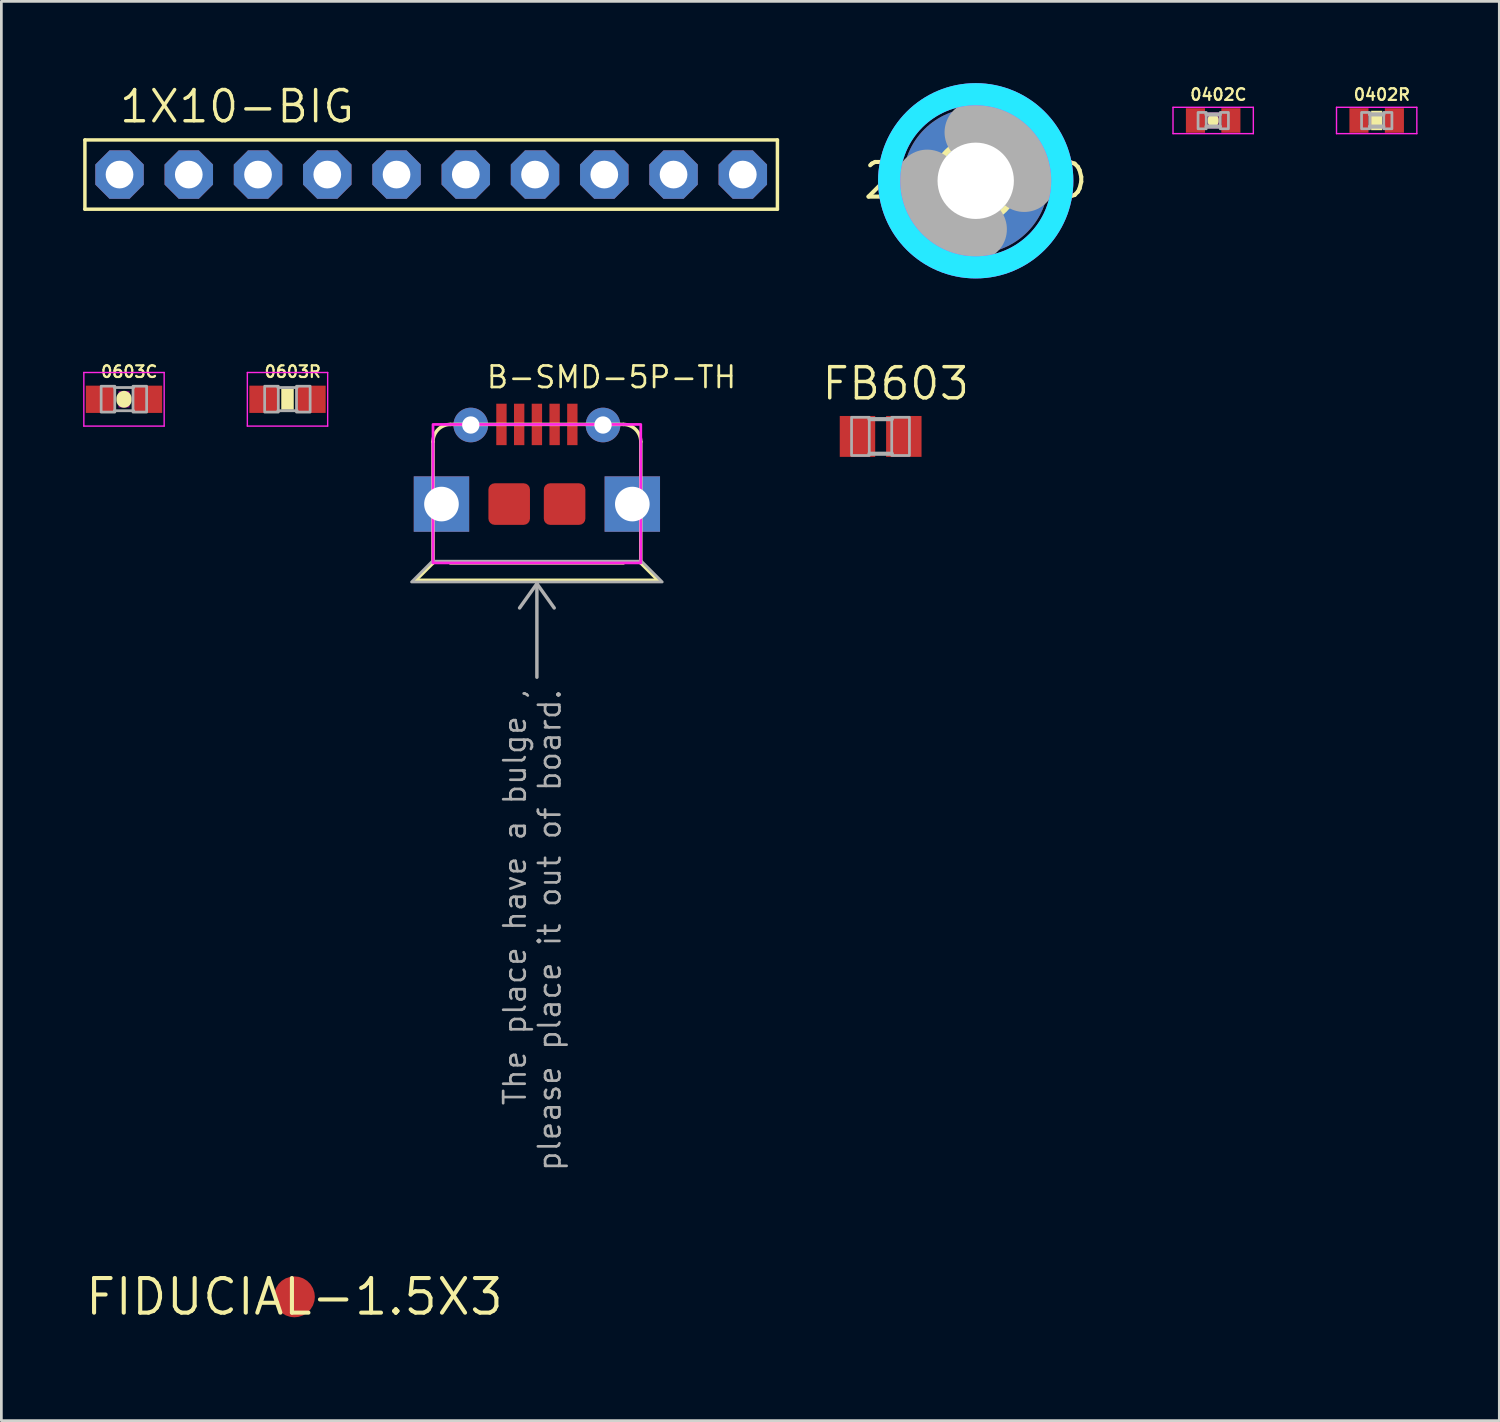
<source format=kicad_pcb>
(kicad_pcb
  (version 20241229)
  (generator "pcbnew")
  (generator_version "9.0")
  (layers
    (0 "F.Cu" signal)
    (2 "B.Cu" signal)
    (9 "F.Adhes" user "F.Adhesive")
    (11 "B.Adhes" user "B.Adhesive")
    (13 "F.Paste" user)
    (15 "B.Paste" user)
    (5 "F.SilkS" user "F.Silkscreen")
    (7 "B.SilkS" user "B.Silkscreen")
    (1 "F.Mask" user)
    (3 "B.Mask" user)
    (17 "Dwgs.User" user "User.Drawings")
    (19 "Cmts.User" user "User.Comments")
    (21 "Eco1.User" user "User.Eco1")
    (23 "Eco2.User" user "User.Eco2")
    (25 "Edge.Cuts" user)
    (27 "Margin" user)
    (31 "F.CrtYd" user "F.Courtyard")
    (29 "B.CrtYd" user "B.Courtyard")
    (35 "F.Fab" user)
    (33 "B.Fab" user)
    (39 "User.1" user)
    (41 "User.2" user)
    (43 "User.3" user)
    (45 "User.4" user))
  (footprint "0603C"
    (layer "F.Cu")
    (at 1.498 11.595)
    (property "Reference" "0603C" (at -0.889 -0.762 0) (layer "F.SilkS") (effects (font (size 0.427 0.427) (thickness 0.081)) (justify left bottom)))
    (fp_line (start 0 -0.03) (end 0 0.03) (stroke (width 0.559) (type solid)) (layer "F.SilkS"))
    (fp_poly (pts (xy -0.2 0.3) (xy 0.2 0.3) (xy 0.2 -0.3) (xy -0.2 -0.3)) (stroke (width 0) (type default)) (fill yes) (layer "F.Adhes"))
    (fp_line (start -1.473 -0.983) (end 1.473 -0.983) (stroke (width 0.051) (type solid)) (layer "F.CrtYd"))
    (fp_line (start -1.473 0.983) (end -1.473 -0.983) (stroke (width 0.051) (type solid)) (layer "F.CrtYd"))
    (fp_line (start 1.473 -0.983) (end 1.473 0.983) (stroke (width 0.051) (type solid)) (layer "F.CrtYd"))
    (fp_line (start 1.473 0.983) (end -1.473 0.983) (stroke (width 0.051) (type solid)) (layer "F.CrtYd"))
    (fp_line (start -0.356 -0.432) (end 0.356 -0.432) (stroke (width 0.102) (type solid)) (layer "F.Fab"))
    (fp_line (start -0.356 0.419) (end 0.356 0.419) (stroke (width 0.102) (type solid)) (layer "F.Fab"))
    (fp_poly (pts (xy -0.838 0.47) (xy -0.338 0.47) (xy -0.338 -0.48) (xy -0.838 -0.48)) (stroke (width 0.1) (type default)) (fill no) (layer "F.Fab"))
    (fp_poly (pts (xy 0.33 0.47) (xy 0.83 0.47) (xy 0.83 -0.48) (xy 0.33 -0.48)) (stroke (width 0.1) (type default)) (fill no) (layer "F.Fab"))
    (pad "1" smd rect (at -0.85 0) (size 1.1 1) (layers "F.Cu" "F.Mask" "F.Paste"))
    (pad "2" smd rect (at 0.85 0) (size 1.1 1) (layers "F.Cu" "F.Mask" "F.Paste")))
  (footprint "FIDUCIAL-1.5X3"
    (layer "F.Cu")
    (at 7.748 44.515)
    (property "Reference" "FIDUCIAL-1.5X3" (at 0 0 0) (layer "F.SilkS") (effects (font (size 1.27 1.27) (thickness 0.15))))
    (fp_circle (center 0 0) (end 0.905 0) (stroke (width 1.27) (type solid)) (fill no) (layer "F.Mask"))
    (pad "1" smd roundrect (at 0 0) (size 1.5 1.5) (layers "F.Cu" "F.Mask") (roundrect_rratio 0.5)))
  (footprint "1X10-BIG"
    (layer "F.Cu")
    (at 12.764 3.353)
    (property "Reference" "1X10-BIG" (at -11.506 -1.829 0) (layer "F.SilkS") (effects (font (size 1.143 1.143) (thickness 0.127)) (justify left bottom)))
    (fp_line (start -12.7 -1.27) (end 12.7 -1.27) (stroke (width 0.127) (type solid)) (layer "F.SilkS"))
    (fp_line (start -12.7 1.27) (end -12.7 -1.27) (stroke (width 0.127) (type solid)) (layer "F.SilkS"))
    (fp_line (start 12.7 -1.27) (end 12.7 1.27) (stroke (width 0.127) (type solid)) (layer "F.SilkS"))
    (fp_line (start 12.7 1.27) (end -12.7 1.27) (stroke (width 0.127) (type solid)) (layer "F.SilkS"))
    (fp_poly (pts (xy -11.684 0.254) (xy -11.176 0.254) (xy -11.176 -0.254) (xy -11.684 -0.254)) (stroke (width 0.1) (type default)) (fill no) (layer "F.Fab"))
    (fp_poly (pts (xy -9.144 0.254) (xy -8.636 0.254) (xy -8.636 -0.254) (xy -9.144 -0.254)) (stroke (width 0.1) (type default)) (fill no) (layer "F.Fab"))
    (fp_poly (pts (xy -6.604 0.254) (xy -6.096 0.254) (xy -6.096 -0.254) (xy -6.604 -0.254)) (stroke (width 0.1) (type default)) (fill no) (layer "F.Fab"))
    (fp_poly (pts (xy -4.064 0.254) (xy -3.556 0.254) (xy -3.556 -0.254) (xy -4.064 -0.254)) (stroke (width 0.1) (type default)) (fill no) (layer "F.Fab"))
    (fp_poly (pts (xy -1.524 0.254) (xy -1.016 0.254) (xy -1.016 -0.254) (xy -1.524 -0.254)) (stroke (width 0.1) (type default)) (fill no) (layer "F.Fab"))
    (fp_poly (pts (xy 1.016 0.254) (xy 1.524 0.254) (xy 1.524 -0.254) (xy 1.016 -0.254)) (stroke (width 0.1) (type default)) (fill no) (layer "F.Fab"))
    (fp_poly (pts (xy 3.556 0.254) (xy 4.064 0.254) (xy 4.064 -0.254) (xy 3.556 -0.254)) (stroke (width 0.1) (type default)) (fill no) (layer "F.Fab"))
    (fp_poly (pts (xy 6.096 0.254) (xy 6.604 0.254) (xy 6.604 -0.254) (xy 6.096 -0.254)) (stroke (width 0.1) (type default)) (fill no) (layer "F.Fab"))
    (fp_poly (pts (xy 8.636 0.254) (xy 9.144 0.254) (xy 9.144 -0.254) (xy 8.636 -0.254)) (stroke (width 0.1) (type default)) (fill no) (layer "F.Fab"))
    (fp_poly (pts (xy 11.176 0.254) (xy 11.684 0.254) (xy 11.684 -0.254) (xy 11.176 -0.254)) (stroke (width 0.1) (type default)) (fill no) (layer "F.Fab"))
    (pad "1" thru_hole roundrect (at -11.43 0 90) (size 1.778 1.778) (drill 1.016) (layers "*.Cu" "*.Mask") (roundrect_rratio 0.25) (chamfer_ratio 0.293) (chamfer top_left top_right bottom_left bottom_right))
    (pad "2" thru_hole roundrect (at -8.89 0 90) (size 1.778 1.778) (drill 1.016) (layers "*.Cu" "*.Mask") (roundrect_rratio 0.25) (chamfer_ratio 0.293) (chamfer top_left top_right bottom_left bottom_right))
    (pad "3" thru_hole roundrect (at -6.35 0 90) (size 1.778 1.778) (drill 1.016) (layers "*.Cu" "*.Mask") (roundrect_rratio 0.25) (chamfer_ratio 0.293) (chamfer top_left top_right bottom_left bottom_right))
    (pad "4" thru_hole roundrect (at -3.81 0 90) (size 1.778 1.778) (drill 1.016) (layers "*.Cu" "*.Mask") (roundrect_rratio 0.25) (chamfer_ratio 0.293) (chamfer top_left top_right bottom_left bottom_right))
    (pad "5" thru_hole roundrect (at -1.27 0 90) (size 1.778 1.778) (drill 1.016) (layers "*.Cu" "*.Mask") (roundrect_rratio 0.25) (chamfer_ratio 0.293) (chamfer top_left top_right bottom_left bottom_right))
    (pad "6" thru_hole roundrect (at 1.27 0 90) (size 1.778 1.778) (drill 1.016) (layers "*.Cu" "*.Mask") (roundrect_rratio 0.25) (chamfer_ratio 0.293) (chamfer top_left top_right bottom_left bottom_right))
    (pad "7" thru_hole roundrect (at 3.81 0 90) (size 1.778 1.778) (drill 1.016) (layers "*.Cu" "*.Mask") (roundrect_rratio 0.25) (chamfer_ratio 0.293) (chamfer top_left top_right bottom_left bottom_right))
    (pad "8" thru_hole roundrect (at 6.35 0 90) (size 1.778 1.778) (drill 1.016) (layers "*.Cu" "*.Mask") (roundrect_rratio 0.25) (chamfer_ratio 0.293) (chamfer top_left top_right bottom_left bottom_right))
    (pad "9" thru_hole roundrect (at 8.89 0 90) (size 1.778 1.778) (drill 1.016) (layers "*.Cu" "*.Mask") (roundrect_rratio 0.25) (chamfer_ratio 0.293) (chamfer top_left top_right bottom_left bottom_right))
    (pad "10" thru_hole roundrect (at 11.43 0 90) (size 1.778 1.778) (drill 1.016) (layers "*.Cu" "*.Mask") (roundrect_rratio 0.25) (chamfer_ratio 0.293) (chamfer top_left top_right bottom_left bottom_right)))
  (footprint "0402C"
    (layer "F.Cu")
    (at 41.446 1.369)
    (property "Reference" "0402C" (at -0.889 -0.699 0) (layer "F.SilkS") (effects (font (size 0.427 0.427) (thickness 0.081)) (justify left bottom)))
    (fp_line (start 0 -0.03) (end 0 0.03) (stroke (width 0.406) (type solid)) (layer "F.SilkS"))
    (fp_poly (pts (xy -0.2 0.3) (xy 0.2 0.3) (xy 0.2 -0.3) (xy -0.2 -0.3)) (stroke (width 0) (type default)) (fill yes) (layer "F.Adhes"))
    (fp_line (start -1.473 -0.483) (end 1.473 -0.483) (stroke (width 0.051) (type solid)) (layer "F.CrtYd"))
    (fp_line (start -1.473 0.483) (end -1.473 -0.483) (stroke (width 0.051) (type solid)) (layer "F.CrtYd"))
    (fp_line (start 1.473 -0.483) (end 1.473 0.483) (stroke (width 0.051) (type solid)) (layer "F.CrtYd"))
    (fp_line (start 1.473 0.483) (end -1.473 0.483) (stroke (width 0.051) (type solid)) (layer "F.CrtYd"))
    (fp_line (start -0.245 -0.224) (end 0.245 -0.224) (stroke (width 0.152) (type solid)) (layer "F.Fab"))
    (fp_line (start 0.245 0.224) (end -0.245 0.224) (stroke (width 0.152) (type solid)) (layer "F.Fab"))
    (fp_poly (pts (xy -0.554 0.305) (xy -0.254 0.305) (xy -0.254 -0.295) (xy -0.554 -0.295)) (stroke (width 0.1) (type default)) (fill no) (layer "F.Fab"))
    (fp_poly (pts (xy 0.259 0.305) (xy 0.559 0.305) (xy 0.559 -0.295) (xy 0.259 -0.295)) (stroke (width 0.1) (type default)) (fill no) (layer "F.Fab"))
    (pad "1" smd rect (at -0.65 0) (size 0.7 0.9) (layers "F.Cu" "F.Mask" "F.Paste"))
    (pad "2" smd rect (at 0.65 0) (size 0.7 0.9) (layers "F.Cu" "F.Mask" "F.Paste")))
  (footprint "2,8-PAD"
    (layer "F.Cu")
    (at 32.737 3.581)
    (property "Reference" "2,8-PAD" (at 0 0 0) (layer "F.SilkS") (effects (font (size 1.27 1.27) (thickness 0.15))))
    (fp_line (start 0 -2.921) (end 0 -2.667) (stroke (width 0.051) (type solid)) (layer "F.SilkS"))
    (fp_line (start 0 2.667) (end 0 2.921) (stroke (width 0.051) (type solid)) (layer "F.SilkS"))
    (fp_circle (center 0 0) (end 1.5 0) (stroke (width 0.203) (type solid)) (fill no) (layer "F.SilkS"))
    (fp_circle (center 0 0) (end 2.921 0) (stroke (width 0.152) (type solid)) (fill no) (layer "F.SilkS"))
    (fp_circle (center 0 0) (end 3.175 0) (stroke (width 0.813) (type solid)) (fill no) (layer "B.CrtYd"))
    (fp_circle (center 0 0) (end 3.175 0) (stroke (width 0.813) (type solid)) (fill no) (layer "F.CrtYd"))
    (fp_arc (start 0 -1.778) (mid 1.257236 -1.257236) (end 1.778 0) (stroke (width 2.286) (type solid)) (layer "F.Fab"))
    (fp_arc (start 0 1.778) (mid -1.257236 1.257236) (end -1.778 0) (stroke (width 2.286) (type solid)) (layer "F.Fab"))
    (fp_circle (center 0 0) (end 0.635 0) (stroke (width 0.457) (type solid)) (fill no) (layer "F.Fab"))
    (pad "B2,8" thru_hole circle (at 0 0) (size 5.334 5.334) (drill 2.8) (layers "*.Cu" "*.Mask"))
    (zone (net_name "") (layers "F.Cu" "B.Cu") (hatch edge 0.5) (connect_pads) (min_thickness 0.25) (filled_areas_thickness no) (keepout (tracks allowed) (vias not_allowed) (pads allowed) (copperpour allowed) (footprints allowed)) (placement (enabled no)) (fill) (polygon (pts (xy 36.319 3.581) (xy 36.298 3.201) (xy 36.238 2.824) (xy 36.138 2.457) (xy 35.999 2.102) (xy 35.823 1.763) (xy 35.612 1.446) (xy 35.369 1.152) (xy 35.096 0.886) (xy 34.796 0.651) (xy 34.473 0.449) (xy 34.13 0.282) (xy 33.771 0.152) (xy 33.401 0.062) (xy 33.023 0.011) (xy 32.642 0.001) (xy 32.262 0.032) (xy 31.887 0.102) (xy 31.522 0.212) (xy 31.171 0.361) (xy 30.838 0.545) (xy 30.526 0.764) (xy 30.239 1.015) (xy 29.98 1.296) (xy 29.753 1.602) (xy 29.559 1.93) (xy 29.402 2.277) (xy 29.282 2.639) (xy 29.202 3.012) (xy 29.161 3.391) (xy 29.161 3.772) (xy 29.202 4.151) (xy 29.282 4.524) (xy 29.402 4.886) (xy 29.559 5.233) (xy 29.753 5.561) (xy 29.98 5.867) (xy 30.239 6.147) (xy 30.526 6.398) (xy 30.838 6.617) (xy 31.171 6.802) (xy 31.522 6.95) (xy 31.887 7.06) (xy 32.262 7.131) (xy 32.642 7.162) (xy 33.023 7.151) (xy 33.401 7.101) (xy 33.771 7.01) (xy 34.13 6.881) (xy 34.473 6.714) (xy 34.796 6.512) (xy 35.096 6.277) (xy 35.369 6.011) (xy 35.612 5.717) (xy 35.823 5.4) (xy 35.999 5.061) (xy 36.138 4.706) (xy 36.238 4.338) (xy 36.298 3.962))) (polygon (pts (xy 35.506 3.581) (xy 35.486 3.248) (xy 35.426 2.919) (xy 35.326 2.6) (xy 35.189 2.295) (xy 35.016 2.009) (xy 34.81 1.745) (xy 34.573 1.509) (xy 34.31 1.303) (xy 34.024 1.13) (xy 33.719 0.993) (xy 33.4 0.893) (xy 33.071 0.833) (xy 32.737 0.813) (xy 32.404 0.833) (xy 32.075 0.893) (xy 31.756 0.993) (xy 31.451 1.13) (xy 31.165 1.303) (xy 30.901 1.509) (xy 30.665 1.745) (xy 30.459 2.009) (xy 30.286 2.295) (xy 30.149 2.6) (xy 30.049 2.919) (xy 29.989 3.248) (xy 29.969 3.581) (xy 29.989 3.915) (xy 30.049 4.244) (xy 30.149 4.563) (xy 30.286 4.868) (xy 30.459 5.154) (xy 30.665 5.417) (xy 30.901 5.654) (xy 31.165 5.86) (xy 31.451 6.033) (xy 31.756 6.17) (xy 32.075 6.27) (xy 32.404 6.33) (xy 32.737 6.35) (xy 33.071 6.33) (xy 33.4 6.27) (xy 33.719 6.17) (xy 34.024 6.033) (xy 34.31 5.86) (xy 34.573 5.654) (xy 34.81 5.417) (xy 35.016 5.154) (xy 35.189 4.868) (xy 35.326 4.563) (xy 35.426 4.244) (xy 35.486 3.915)))))
  (footprint "B-SMD-5P-TH"
    (layer "F.Cu")
    (at 16.642 15.438)
    (property "Reference" "B-SMD-5P-TH" (at -1.905 -4.191 0) (layer "F.SilkS") (effects (font (size 0.791 0.791) (thickness 0.098)) (justify left bottom)))
    (fp_line (start -4.445 2.794) (end 4.445 2.794) (stroke (width 0.127) (type solid)) (layer "F.SilkS"))
    (fp_line (start -3.81 2.159) (end -4.445 2.794) (stroke (width 0.127) (type solid)) (layer "F.SilkS"))
    (fp_line (start -3.81 2.159) (end -3.81 -2.286) (stroke (width 0.127) (type solid)) (layer "F.SilkS"))
    (fp_line (start -3.175 -2.921) (end 3.175 -2.921) (stroke (width 0.127) (type solid)) (layer "F.SilkS"))
    (fp_line (start -3.175 2.159) (end 3.175 2.159) (stroke (width 0.127) (type solid)) (layer "F.SilkS"))
    (fp_line (start 3.81 -2.286) (end 3.81 2.159) (stroke (width 0.127) (type solid)) (layer "F.SilkS"))
    (fp_line (start 4.445 2.794) (end 3.81 2.159) (stroke (width 0.127) (type solid)) (layer "F.SilkS"))
    (fp_arc (start -3.81 -2.286) (mid -3.624013 -2.735013) (end -3.175 -2.921) (stroke (width 0.127) (type solid)) (layer "F.SilkS"))
    (fp_arc (start 3.175 -2.921) (mid 3.624013 -2.735013) (end 3.81 -2.286) (stroke (width 0.127) (type solid)) (layer "F.SilkS"))
    (fp_poly (pts (xy -3.81 2.159) (xy 3.81 2.159) (xy 3.81 -2.921) (xy -3.81 -2.921)) (stroke (width 0.1) (type default)) (fill no) (layer "F.CrtYd"))
    (fp_line (start 0 2.921) (end -0.635 3.81) (stroke (width 0.127) (type solid)) (layer "F.Fab"))
    (fp_line (start 0 2.921) (end 0 6.35) (stroke (width 0.127) (type solid)) (layer "F.Fab"))
    (fp_line (start 0 2.921) (end 0.635 3.81) (stroke (width 0.127) (type solid)) (layer "F.Fab"))
    (fp_poly (pts (xy 4.598 2.857) (xy -4.598 2.857) (xy -3.836 2.095) (xy 3.836 2.095)) (stroke (width 0.1) (type default)) (fill no) (layer "F.Fab"))
    (fp_text user "The place have a bulge ,\nplease place it out of board." (at -1.27 6.731 90) (layer "F.Fab") (effects (font (size 0.791 0.791) (thickness 0.098)) (justify right top)))
    (pad "1" smd rect (at -1.3 -2.921 90) (size 1.52 0.38) (layers "F.Cu" "F.Mask" "F.Paste"))
    (pad "2" smd rect (at -0.65 -2.921 90) (size 1.52 0.38) (layers "F.Cu" "F.Mask" "F.Paste"))
    (pad "3" smd rect (at 0 -2.921 90) (size 1.52 0.38) (layers "F.Cu" "F.Mask" "F.Paste"))
    (pad "4" smd rect (at 0.65 -2.921 90) (size 1.52 0.38) (layers "F.Cu" "F.Mask" "F.Paste"))
    (pad "5" smd rect (at 1.3 -2.921 90) (size 1.52 0.38) (layers "F.Cu" "F.Mask" "F.Paste"))
    (pad "E1" smd roundrect (at -1.016 0) (size 1.524 1.524) (layers "F.Cu" "F.Mask" "F.Paste") (roundrect_rratio 0.15))
    (pad "E2" smd roundrect (at 1.016 0) (size 1.524 1.524) (layers "F.Cu" "F.Mask" "F.Paste") (roundrect_rratio 0.15))
    (pad "P$1" thru_hole rect (at -3.5 0) (size 2.032 2.032) (drill 1.27) (layers "*.Cu" "*.Mask"))
    (pad "P$2" thru_hole rect (at 3.5 0) (size 2.032 2.032) (drill 1.27) (layers "*.Cu" "*.Mask"))
    (pad "P$3" thru_hole circle (at -2.425 -2.9 90) (size 1.27 1.27) (drill 0.635) (layers "*.Cu" "*.Mask"))
    (pad "P$4" thru_hole circle (at 2.425 -2.9 90) (size 1.27 1.27) (drill 0.635) (layers "*.Cu" "*.Mask")))
  (footprint "0402R"
    (layer "F.Cu")
    (at 47.443 1.369)
    (property "Reference" "0402R" (at -0.889 -0.699 0) (layer "F.SilkS") (effects (font (size 0.427 0.427) (thickness 0.081)) (justify left bottom)))
    (fp_poly (pts (xy -0.203 0.356) (xy 0.203 0.356) (xy 0.203 -0.356) (xy -0.203 -0.356)) (stroke (width 0) (type default)) (fill yes) (layer "F.SilkS"))
    (fp_poly (pts (xy -0.2 0.3) (xy 0.2 0.3) (xy 0.2 -0.3) (xy -0.2 -0.3)) (stroke (width 0) (type default)) (fill yes) (layer "F.Adhes"))
    (fp_line (start -1.473 -0.483) (end 1.473 -0.483) (stroke (width 0.051) (type solid)) (layer "F.CrtYd"))
    (fp_line (start -1.473 0.483) (end -1.473 -0.483) (stroke (width 0.051) (type solid)) (layer "F.CrtYd"))
    (fp_line (start 1.473 -0.483) (end 1.473 0.483) (stroke (width 0.051) (type solid)) (layer "F.CrtYd"))
    (fp_line (start 1.473 0.483) (end -1.473 0.483) (stroke (width 0.051) (type solid)) (layer "F.CrtYd"))
    (fp_line (start -0.245 -0.224) (end 0.245 -0.224) (stroke (width 0.152) (type solid)) (layer "F.Fab"))
    (fp_line (start 0.245 0.224) (end -0.245 0.224) (stroke (width 0.152) (type solid)) (layer "F.Fab"))
    (fp_poly (pts (xy -0.554 0.305) (xy -0.254 0.305) (xy -0.254 -0.295) (xy -0.554 -0.295)) (stroke (width 0.1) (type default)) (fill no) (layer "F.Fab"))
    (fp_poly (pts (xy 0.259 0.305) (xy 0.559 0.305) (xy 0.559 -0.295) (xy 0.259 -0.295)) (stroke (width 0.1) (type default)) (fill no) (layer "F.Fab"))
    (pad "1" smd rect (at -0.65 0) (size 0.7 0.9) (layers "F.Cu" "F.Mask" "F.Paste"))
    (pad "2" smd rect (at 0.65 0) (size 0.7 0.9) (layers "F.Cu" "F.Mask" "F.Paste")))
  (footprint "FB603"
    (layer "F.Cu")
    (at 29.25 12.957)
    (property "Reference" "FB603" (at -2.223 -1.27 0) (layer "F.SilkS") (effects (font (size 1.143 1.143) (thickness 0.127)) (justify left bottom)))
    (fp_line (start -0.41 -0.635) (end 0.41 -0.635) (stroke (width 0.152) (type solid)) (layer "F.Fab"))
    (fp_line (start -0.41 0.635) (end 0.41 0.635) (stroke (width 0.152) (type solid)) (layer "F.Fab"))
    (fp_poly (pts (xy -1.067 0.699) (xy -0.417 0.699) (xy -0.417 -0.702) (xy -1.067 -0.702)) (stroke (width 0.1) (type default)) (fill no) (layer "F.Fab"))
    (fp_poly (pts (xy 0.406 0.699) (xy 1.056 0.699) (xy 1.056 -0.702) (xy 0.406 -0.702)) (stroke (width 0.1) (type default)) (fill no) (layer "F.Fab"))
    (pad "1" smd rect (at -0.85 0) (size 1.3 1.5) (layers "F.Cu" "F.Mask" "F.Paste"))
    (pad "2" smd rect (at 0.85 0) (size 1.3 1.5) (layers "F.Cu" "F.Mask" "F.Paste")))
  (footprint "0603R"
    (layer "F.Cu")
    (at 7.495 11.595)
    (property "Reference" "0603R" (at -0.889 -0.762 0) (layer "F.SilkS") (effects (font (size 0.427 0.427) (thickness 0.081)) (justify left bottom)))
    (fp_poly (pts (xy -0.229 0.381) (xy 0.229 0.381) (xy 0.229 -0.381) (xy -0.229 -0.381)) (stroke (width 0) (type default)) (fill yes) (layer "F.SilkS"))
    (fp_poly (pts (xy -0.2 0.3) (xy 0.2 0.3) (xy 0.2 -0.3) (xy -0.2 -0.3)) (stroke (width 0) (type default)) (fill yes) (layer "F.Adhes"))
    (fp_line (start -1.473 -0.983) (end 1.473 -0.983) (stroke (width 0.051) (type solid)) (layer "F.CrtYd"))
    (fp_line (start -1.473 0.983) (end -1.473 -0.983) (stroke (width 0.051) (type solid)) (layer "F.CrtYd"))
    (fp_line (start 1.473 -0.983) (end 1.473 0.983) (stroke (width 0.051) (type solid)) (layer "F.CrtYd"))
    (fp_line (start 1.473 0.983) (end -1.473 0.983) (stroke (width 0.051) (type solid)) (layer "F.CrtYd"))
    (fp_line (start -0.356 -0.432) (end 0.356 -0.432) (stroke (width 0.102) (type solid)) (layer "F.Fab"))
    (fp_line (start -0.356 0.419) (end 0.356 0.419) (stroke (width 0.102) (type solid)) (layer "F.Fab"))
    (fp_poly (pts (xy -0.838 0.47) (xy -0.338 0.47) (xy -0.338 -0.48) (xy -0.838 -0.48)) (stroke (width 0.1) (type default)) (fill no) (layer "F.Fab"))
    (fp_poly (pts (xy 0.33 0.47) (xy 0.83 0.47) (xy 0.83 -0.48) (xy 0.33 -0.48)) (stroke (width 0.1) (type default)) (fill no) (layer "F.Fab"))
    (pad "1" smd rect (at -0.85 0) (size 1.1 1) (layers "F.Cu" "F.Mask" "F.Paste"))
    (pad "2" smd rect (at 0.85 0) (size 1.1 1) (layers "F.Cu" "F.Mask" "F.Paste")))
  (gr_rect
    (start -3 -3)
    (end 51.941 49.056)
    (stroke (width 0.1) (type default))
    (fill no)
    (layer "Edge.Cuts")))
</source>
